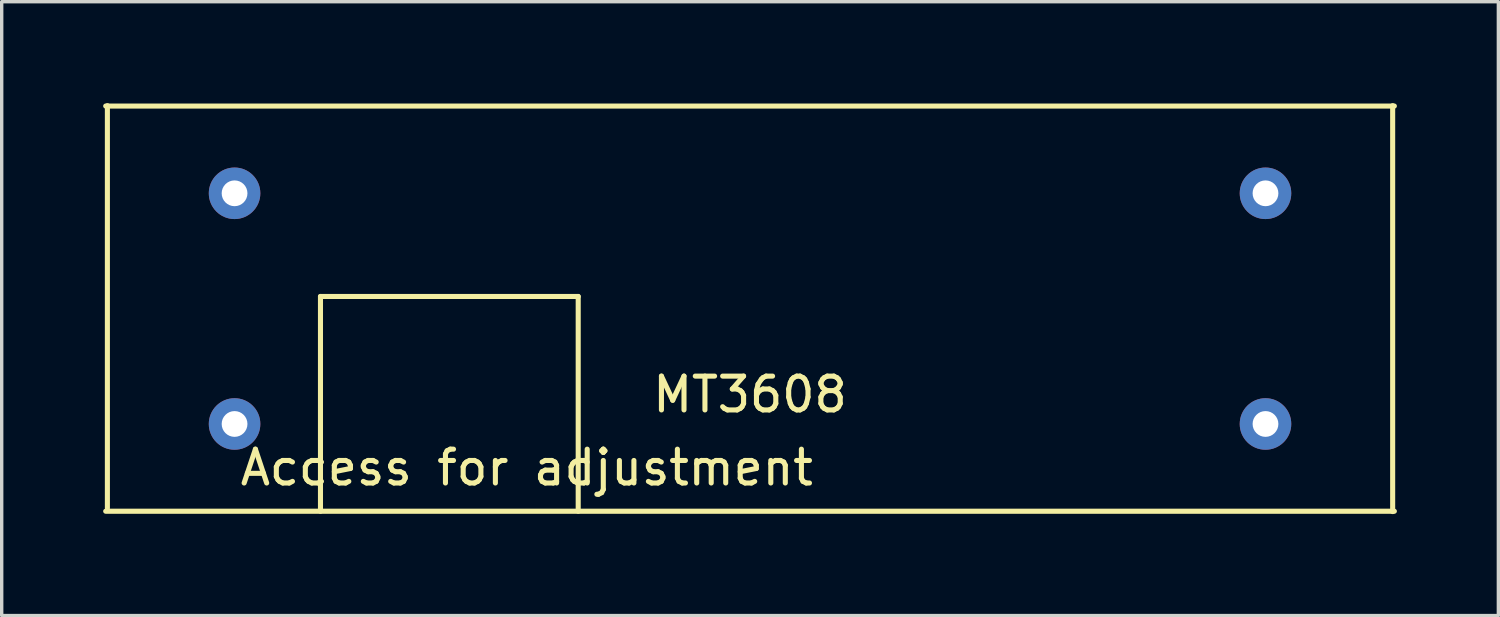
<source format=kicad_pcb>
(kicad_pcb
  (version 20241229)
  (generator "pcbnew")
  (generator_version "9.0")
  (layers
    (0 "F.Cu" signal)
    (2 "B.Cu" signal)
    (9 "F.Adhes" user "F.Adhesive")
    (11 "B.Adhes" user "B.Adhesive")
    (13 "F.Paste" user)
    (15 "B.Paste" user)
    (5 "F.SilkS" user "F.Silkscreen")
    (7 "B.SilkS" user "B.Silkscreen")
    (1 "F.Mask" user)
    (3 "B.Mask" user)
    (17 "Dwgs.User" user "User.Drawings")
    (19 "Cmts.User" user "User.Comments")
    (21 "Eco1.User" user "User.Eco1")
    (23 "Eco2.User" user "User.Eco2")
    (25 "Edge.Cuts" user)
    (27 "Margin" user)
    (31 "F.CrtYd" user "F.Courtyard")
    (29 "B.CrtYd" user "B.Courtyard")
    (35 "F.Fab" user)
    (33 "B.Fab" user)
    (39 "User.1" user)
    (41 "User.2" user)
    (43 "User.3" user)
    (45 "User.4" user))
  (footprint "MT3608"
    (layer "F.Cu")
    (at 19.125 6.075)
    (property "Reference" "MT3608" (at 0 2.54 0) (layer "F.SilkS") (effects (font (size 1 1) (thickness 0.15))))
    (attr through_hole)
    (fp_line (start -19.05 -5.99) (end 19.05 -5.99) (stroke (width 0.15) (type solid)) (layer "F.SilkS"))
    (fp_line (start -19 -6) (end -19 5.9) (stroke (width 0.15) (type solid)) (layer "F.SilkS"))
    (fp_line (start -12.7 -0.36) (end -5.08 -0.36) (stroke (width 0.15) (type solid)) (layer "F.SilkS"))
    (fp_line (start -12.7 5.99) (end -12.7 -0.36) (stroke (width 0.15) (type solid)) (layer "F.SilkS"))
    (fp_line (start -5.08 -0.36) (end -5.08 5.99) (stroke (width 0.15) (type solid)) (layer "F.SilkS"))
    (fp_line (start 19 -6) (end 19 6) (stroke (width 0.15) (type solid)) (layer "F.SilkS"))
    (fp_line (start 19.05 5.99) (end -19.05 5.99) (stroke (width 0.15) (type solid)) (layer "F.SilkS"))
    (fp_text user "Access for adjustment" (at -6.6 4.7 0) (layer "F.SilkS") (effects (font (size 1 1) (thickness 0.15))))
    (pad "1" thru_hole circle (at 15.24 -3.41) (size 1.524 1.524) (drill 0.762) (layers "*.Cu" "*.Mask"))
    (pad "2" thru_hole circle (at 15.24 3.41) (size 1.524 1.524) (drill 0.762) (layers "*.Cu" "*.Mask"))
    (pad "3" thru_hole circle (at -15.24 3.41) (size 1.524 1.524) (drill 0.762) (layers "*.Cu" "*.Mask"))
    (pad "4" thru_hole circle (at -15.24 -3.41) (size 1.524 1.524) (drill 0.762) (layers "*.Cu" "*.Mask")))
  (gr_rect
    (start -3 -3)
    (end 41.25 15.15)
    (stroke (width 0.1) (type default))
    (fill no)
    (layer "Edge.Cuts")))
</source>
